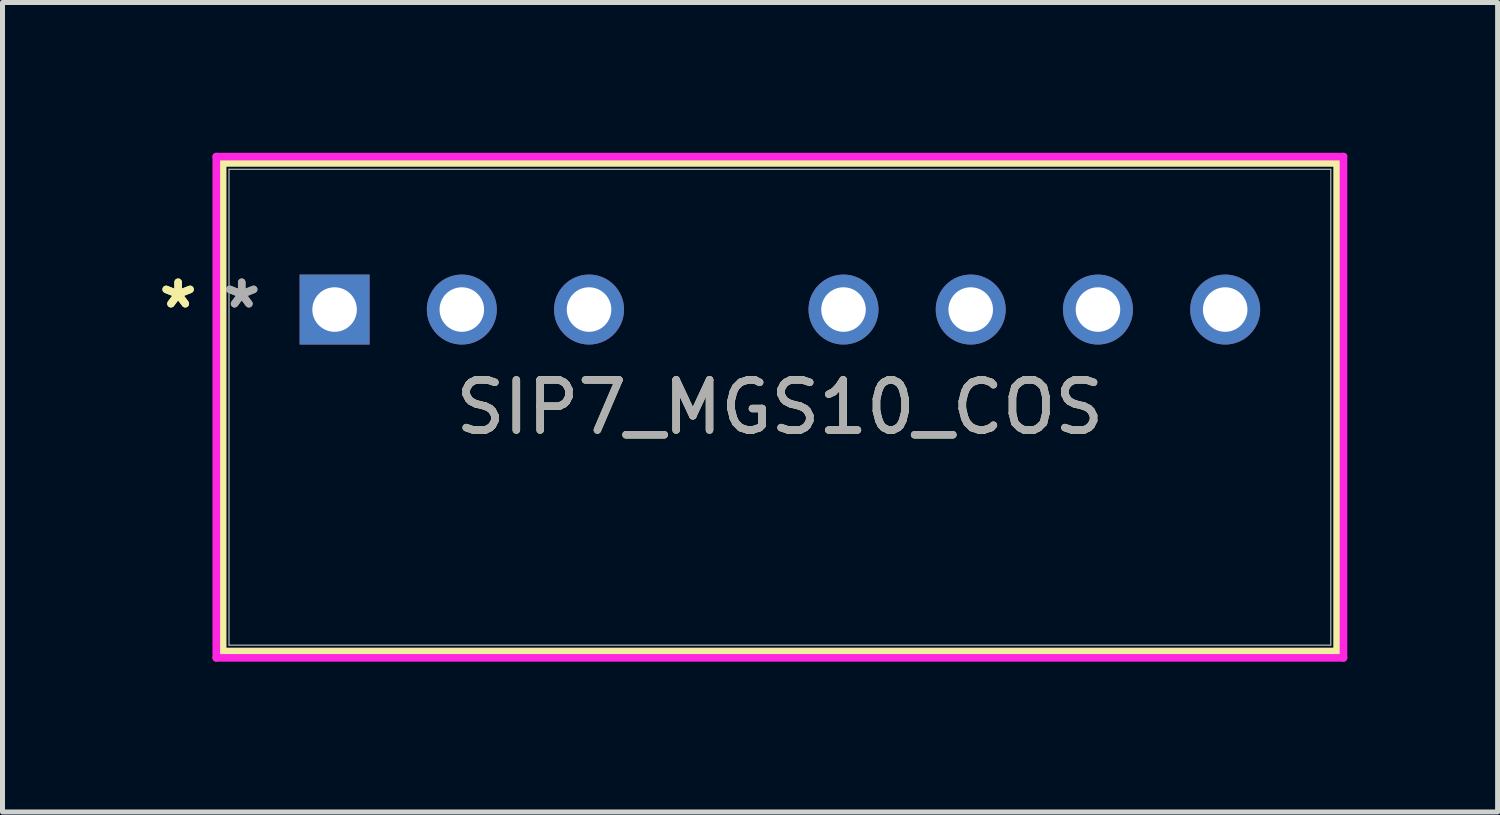
<source format=kicad_pcb>
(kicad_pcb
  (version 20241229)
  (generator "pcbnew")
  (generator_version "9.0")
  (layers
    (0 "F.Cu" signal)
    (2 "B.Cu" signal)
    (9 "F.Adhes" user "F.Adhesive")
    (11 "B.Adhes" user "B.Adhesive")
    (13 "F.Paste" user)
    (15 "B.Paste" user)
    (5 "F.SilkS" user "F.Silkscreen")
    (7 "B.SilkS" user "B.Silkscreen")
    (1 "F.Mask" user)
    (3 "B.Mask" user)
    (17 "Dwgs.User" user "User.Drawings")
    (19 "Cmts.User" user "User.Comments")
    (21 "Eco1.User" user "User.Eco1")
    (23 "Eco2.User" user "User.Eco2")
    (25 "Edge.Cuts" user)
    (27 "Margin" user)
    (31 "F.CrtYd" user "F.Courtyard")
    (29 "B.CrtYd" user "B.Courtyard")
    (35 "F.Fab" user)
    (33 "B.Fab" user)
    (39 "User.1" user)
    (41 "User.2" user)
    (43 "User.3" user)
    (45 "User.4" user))
  (footprint "SIP7_MGS10_COS"
    (layer "F.Cu")
    (at 3.63 3.13)
    (property "Reference" "SIP7_MGS10_COS" (at 8.89 1.95 0) (unlocked yes) (layer "F.SilkS") (effects (font (size 1 1) (thickness 0.15))))
    (attr through_hole)
    (fp_line (start -2.235 -2.927) (end -2.235 6.827) (stroke (width 0.152) (type solid)) (layer "F.SilkS"))
    (fp_line (start -2.235 6.827) (end 20.015 6.827) (stroke (width 0.152) (type solid)) (layer "F.SilkS"))
    (fp_line (start 20.015 -2.927) (end -2.235 -2.927) (stroke (width 0.152) (type solid)) (layer "F.SilkS"))
    (fp_line (start 20.015 6.827) (end 20.015 -2.927) (stroke (width 0.152) (type solid)) (layer "F.SilkS"))
    (fp_line (start -2.362 -3.054) (end 20.142 -3.054) (stroke (width 0.152) (type solid)) (layer "F.CrtYd"))
    (fp_line (start -2.362 6.954) (end -2.362 -3.054) (stroke (width 0.152) (type solid)) (layer "F.CrtYd"))
    (fp_line (start 20.142 -3.054) (end 20.142 6.954) (stroke (width 0.152) (type solid)) (layer "F.CrtYd"))
    (fp_line (start 20.142 6.954) (end -2.362 6.954) (stroke (width 0.152) (type solid)) (layer "F.CrtYd"))
    (fp_line (start -2.108 -2.8) (end -2.108 6.7) (stroke (width 0.025) (type solid)) (layer "F.Fab"))
    (fp_line (start -2.108 6.7) (end 19.888 6.7) (stroke (width 0.025) (type solid)) (layer "F.Fab"))
    (fp_line (start 19.888 -2.8) (end -2.108 -2.8) (stroke (width 0.025) (type solid)) (layer "F.Fab"))
    (fp_line (start 19.888 6.7) (end 19.888 -2.8) (stroke (width 0.025) (type solid)) (layer "F.Fab"))
    (fp_text user "*" (at -3.124 0 0) (unlocked yes) (layer "F.SilkS") (effects (font (size 1 1) (thickness 0.15))))
    (fp_text user "*" (at -3.124 0 0) (layer "F.SilkS") (effects (font (size 1 1) (thickness 0.15))))
    (fp_text user "*" (at -1.854 0 0) (unlocked yes) (layer "F.Fab") (effects (font (size 1 1) (thickness 0.15))))
    (fp_text user "${REFERENCE}" (at 8.89 1.95 0) (unlocked yes) (layer "F.Fab") (effects (font (size 1 1) (thickness 0.15))))
    (fp_text user "*" (at -1.854 0 0) (layer "F.Fab") (effects (font (size 1 1) (thickness 0.15))))
    (pad "1" thru_hole rect (at 0 0) (size 1.397 1.397) (drill 0.889) (layers "*.Cu" "*.Mask"))
    (pad "2" thru_hole circle (at 2.54 0) (size 1.397 1.397) (drill 0.889) (layers "*.Cu" "*.Mask"))
    (pad "3" thru_hole circle (at 5.08 0) (size 1.397 1.397) (drill 0.889) (layers "*.Cu" "*.Mask"))
    (pad "5" thru_hole circle (at 10.16 0) (size 1.397 1.397) (drill 0.889) (layers "*.Cu" "*.Mask"))
    (pad "6" thru_hole circle (at 12.7 0) (size 1.397 1.397) (drill 0.889) (layers "*.Cu" "*.Mask"))
    (pad "7" thru_hole circle (at 15.24 0) (size 1.397 1.397) (drill 0.889) (layers "*.Cu" "*.Mask"))
    (pad "8" thru_hole circle (at 17.78 0) (size 1.397 1.397) (drill 0.889) (layers "*.Cu" "*.Mask")))
  (gr_rect
    (start -3 -3)
    (end 26.849 13.16)
    (stroke (width 0.1) (type default))
    (fill no)
    (layer "Edge.Cuts")))
</source>
